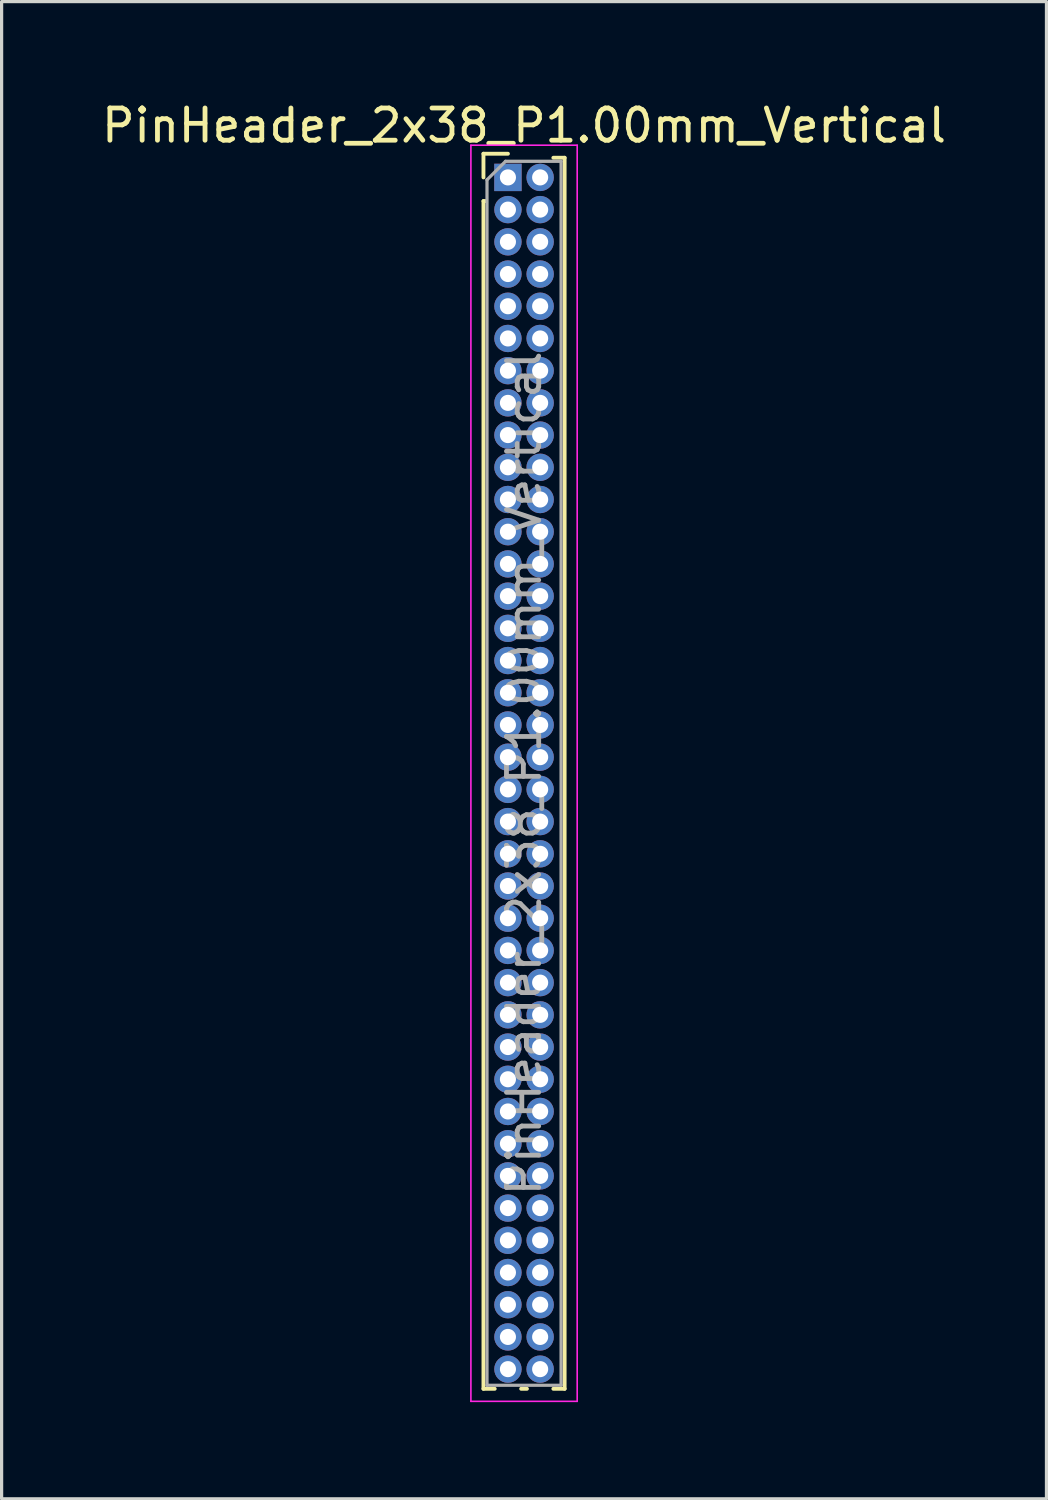
<source format=kicad_pcb>
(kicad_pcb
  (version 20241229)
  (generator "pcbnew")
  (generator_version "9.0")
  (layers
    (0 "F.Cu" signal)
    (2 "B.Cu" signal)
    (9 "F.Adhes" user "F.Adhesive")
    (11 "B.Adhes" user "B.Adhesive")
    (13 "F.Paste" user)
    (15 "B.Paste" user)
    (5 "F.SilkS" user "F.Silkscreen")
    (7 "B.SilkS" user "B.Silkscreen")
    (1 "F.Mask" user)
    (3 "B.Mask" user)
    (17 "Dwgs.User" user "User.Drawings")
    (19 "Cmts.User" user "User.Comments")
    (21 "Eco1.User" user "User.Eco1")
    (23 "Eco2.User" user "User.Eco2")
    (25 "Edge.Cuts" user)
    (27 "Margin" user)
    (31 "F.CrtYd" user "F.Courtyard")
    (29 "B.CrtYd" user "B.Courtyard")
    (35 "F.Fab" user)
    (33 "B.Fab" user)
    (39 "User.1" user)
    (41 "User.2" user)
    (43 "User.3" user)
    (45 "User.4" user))
  (footprint "PinHeader_2x38_P1.00mm_Vertical"
    (layer "F.Cu")
    (at 12.72 2.458)
    (property "Reference" "PinHeader_2x38_P1.00mm_Vertical" (at 0.5 -1.61 0) (layer "F.SilkS") (effects (font (size 1 1) (thickness 0.15))))
    (attr through_hole)
    (fp_line (start -0.76 -0.735) (end 0 -0.735) (stroke (width 0.12) (type solid)) (layer "F.SilkS"))
    (fp_line (start -0.76 0) (end -0.76 -0.735) (stroke (width 0.12) (type solid)) (layer "F.SilkS"))
    (fp_line (start -0.76 0.735) (end -0.76 37.61) (stroke (width 0.12) (type solid)) (layer "F.SilkS"))
    (fp_line (start -0.76 0.735) (end -0.686 0.735) (stroke (width 0.12) (type solid)) (layer "F.SilkS"))
    (fp_line (start -0.76 37.61) (end -0.41 37.61) (stroke (width 0.12) (type solid)) (layer "F.SilkS"))
    (fp_line (start 0.41 37.61) (end 0.59 37.61) (stroke (width 0.12) (type solid)) (layer "F.SilkS"))
    (fp_line (start 1.41 -0.61) (end 1.76 -0.61) (stroke (width 0.12) (type solid)) (layer "F.SilkS"))
    (fp_line (start 1.41 37.61) (end 1.76 37.61) (stroke (width 0.12) (type solid)) (layer "F.SilkS"))
    (fp_line (start 1.76 -0.61) (end 1.76 37.61) (stroke (width 0.12) (type solid)) (layer "F.SilkS"))
    (fp_line (start -1.15 -1) (end -1.15 38) (stroke (width 0.05) (type solid)) (layer "F.CrtYd"))
    (fp_line (start -1.15 38) (end 2.15 38) (stroke (width 0.05) (type solid)) (layer "F.CrtYd"))
    (fp_line (start 2.15 -1) (end -1.15 -1) (stroke (width 0.05) (type solid)) (layer "F.CrtYd"))
    (fp_line (start 2.15 38) (end 2.15 -1) (stroke (width 0.05) (type solid)) (layer "F.CrtYd"))
    (fp_line (start -0.65 0.075) (end -0.075 -0.5) (stroke (width 0.1) (type solid)) (layer "F.Fab"))
    (fp_line (start -0.65 37.5) (end -0.65 0.075) (stroke (width 0.1) (type solid)) (layer "F.Fab"))
    (fp_line (start -0.075 -0.5) (end 1.65 -0.5) (stroke (width 0.1) (type solid)) (layer "F.Fab"))
    (fp_line (start 1.65 -0.5) (end 1.65 37.5) (stroke (width 0.1) (type solid)) (layer "F.Fab"))
    (fp_line (start 1.65 37.5) (end -0.65 37.5) (stroke (width 0.1) (type solid)) (layer "F.Fab"))
    (fp_text user "${REFERENCE}" (at 0.5 18.5 90) (layer "F.Fab") (effects (font (size 1 1) (thickness 0.15))))
    (pad "1" thru_hole rect (at 0 0) (size 0.85 0.85) (drill 0.5) (layers "*.Cu" "*.Mask"))
    (pad "2" thru_hole circle (at 1 0) (size 0.85 0.85) (drill 0.5) (layers "*.Cu" "*.Mask"))
    (pad "3" thru_hole circle (at 0 1) (size 0.85 0.85) (drill 0.5) (layers "*.Cu" "*.Mask"))
    (pad "4" thru_hole circle (at 1 1) (size 0.85 0.85) (drill 0.5) (layers "*.Cu" "*.Mask"))
    (pad "5" thru_hole circle (at 0 2) (size 0.85 0.85) (drill 0.5) (layers "*.Cu" "*.Mask"))
    (pad "6" thru_hole circle (at 1 2) (size 0.85 0.85) (drill 0.5) (layers "*.Cu" "*.Mask"))
    (pad "7" thru_hole circle (at 0 3) (size 0.85 0.85) (drill 0.5) (layers "*.Cu" "*.Mask"))
    (pad "8" thru_hole circle (at 1 3) (size 0.85 0.85) (drill 0.5) (layers "*.Cu" "*.Mask"))
    (pad "9" thru_hole circle (at 0 4) (size 0.85 0.85) (drill 0.5) (layers "*.Cu" "*.Mask"))
    (pad "10" thru_hole circle (at 1 4) (size 0.85 0.85) (drill 0.5) (layers "*.Cu" "*.Mask"))
    (pad "11" thru_hole circle (at 0 5) (size 0.85 0.85) (drill 0.5) (layers "*.Cu" "*.Mask"))
    (pad "12" thru_hole circle (at 1 5) (size 0.85 0.85) (drill 0.5) (layers "*.Cu" "*.Mask"))
    (pad "13" thru_hole circle (at 0 6) (size 0.85 0.85) (drill 0.5) (layers "*.Cu" "*.Mask"))
    (pad "14" thru_hole circle (at 1 6) (size 0.85 0.85) (drill 0.5) (layers "*.Cu" "*.Mask"))
    (pad "15" thru_hole circle (at 0 7) (size 0.85 0.85) (drill 0.5) (layers "*.Cu" "*.Mask"))
    (pad "16" thru_hole circle (at 1 7) (size 0.85 0.85) (drill 0.5) (layers "*.Cu" "*.Mask"))
    (pad "17" thru_hole circle (at 0 8) (size 0.85 0.85) (drill 0.5) (layers "*.Cu" "*.Mask"))
    (pad "18" thru_hole circle (at 1 8) (size 0.85 0.85) (drill 0.5) (layers "*.Cu" "*.Mask"))
    (pad "19" thru_hole circle (at 0 9) (size 0.85 0.85) (drill 0.5) (layers "*.Cu" "*.Mask"))
    (pad "20" thru_hole circle (at 1 9) (size 0.85 0.85) (drill 0.5) (layers "*.Cu" "*.Mask"))
    (pad "21" thru_hole circle (at 0 10) (size 0.85 0.85) (drill 0.5) (layers "*.Cu" "*.Mask"))
    (pad "22" thru_hole circle (at 1 10) (size 0.85 0.85) (drill 0.5) (layers "*.Cu" "*.Mask"))
    (pad "23" thru_hole circle (at 0 11) (size 0.85 0.85) (drill 0.5) (layers "*.Cu" "*.Mask"))
    (pad "24" thru_hole circle (at 1 11) (size 0.85 0.85) (drill 0.5) (layers "*.Cu" "*.Mask"))
    (pad "25" thru_hole circle (at 0 12) (size 0.85 0.85) (drill 0.5) (layers "*.Cu" "*.Mask"))
    (pad "26" thru_hole circle (at 1 12) (size 0.85 0.85) (drill 0.5) (layers "*.Cu" "*.Mask"))
    (pad "27" thru_hole circle (at 0 13) (size 0.85 0.85) (drill 0.5) (layers "*.Cu" "*.Mask"))
    (pad "28" thru_hole circle (at 1 13) (size 0.85 0.85) (drill 0.5) (layers "*.Cu" "*.Mask"))
    (pad "29" thru_hole circle (at 0 14) (size 0.85 0.85) (drill 0.5) (layers "*.Cu" "*.Mask"))
    (pad "30" thru_hole circle (at 1 14) (size 0.85 0.85) (drill 0.5) (layers "*.Cu" "*.Mask"))
    (pad "31" thru_hole circle (at 0 15) (size 0.85 0.85) (drill 0.5) (layers "*.Cu" "*.Mask"))
    (pad "32" thru_hole circle (at 1 15) (size 0.85 0.85) (drill 0.5) (layers "*.Cu" "*.Mask"))
    (pad "33" thru_hole circle (at 0 16) (size 0.85 0.85) (drill 0.5) (layers "*.Cu" "*.Mask"))
    (pad "34" thru_hole circle (at 1 16) (size 0.85 0.85) (drill 0.5) (layers "*.Cu" "*.Mask"))
    (pad "35" thru_hole circle (at 0 17) (size 0.85 0.85) (drill 0.5) (layers "*.Cu" "*.Mask"))
    (pad "36" thru_hole circle (at 1 17) (size 0.85 0.85) (drill 0.5) (layers "*.Cu" "*.Mask"))
    (pad "37" thru_hole circle (at 0 18) (size 0.85 0.85) (drill 0.5) (layers "*.Cu" "*.Mask"))
    (pad "38" thru_hole circle (at 1 18) (size 0.85 0.85) (drill 0.5) (layers "*.Cu" "*.Mask"))
    (pad "39" thru_hole circle (at 0 19) (size 0.85 0.85) (drill 0.5) (layers "*.Cu" "*.Mask"))
    (pad "40" thru_hole circle (at 1 19) (size 0.85 0.85) (drill 0.5) (layers "*.Cu" "*.Mask"))
    (pad "41" thru_hole circle (at 0 20) (size 0.85 0.85) (drill 0.5) (layers "*.Cu" "*.Mask"))
    (pad "42" thru_hole circle (at 1 20) (size 0.85 0.85) (drill 0.5) (layers "*.Cu" "*.Mask"))
    (pad "43" thru_hole circle (at 0 21) (size 0.85 0.85) (drill 0.5) (layers "*.Cu" "*.Mask"))
    (pad "44" thru_hole circle (at 1 21) (size 0.85 0.85) (drill 0.5) (layers "*.Cu" "*.Mask"))
    (pad "45" thru_hole circle (at 0 22) (size 0.85 0.85) (drill 0.5) (layers "*.Cu" "*.Mask"))
    (pad "46" thru_hole circle (at 1 22) (size 0.85 0.85) (drill 0.5) (layers "*.Cu" "*.Mask"))
    (pad "47" thru_hole circle (at 0 23) (size 0.85 0.85) (drill 0.5) (layers "*.Cu" "*.Mask"))
    (pad "48" thru_hole circle (at 1 23) (size 0.85 0.85) (drill 0.5) (layers "*.Cu" "*.Mask"))
    (pad "49" thru_hole circle (at 0 24) (size 0.85 0.85) (drill 0.5) (layers "*.Cu" "*.Mask"))
    (pad "50" thru_hole circle (at 1 24) (size 0.85 0.85) (drill 0.5) (layers "*.Cu" "*.Mask"))
    (pad "51" thru_hole circle (at 0 25) (size 0.85 0.85) (drill 0.5) (layers "*.Cu" "*.Mask"))
    (pad "52" thru_hole circle (at 1 25) (size 0.85 0.85) (drill 0.5) (layers "*.Cu" "*.Mask"))
    (pad "53" thru_hole circle (at 0 26) (size 0.85 0.85) (drill 0.5) (layers "*.Cu" "*.Mask"))
    (pad "54" thru_hole circle (at 1 26) (size 0.85 0.85) (drill 0.5) (layers "*.Cu" "*.Mask"))
    (pad "55" thru_hole circle (at 0 27) (size 0.85 0.85) (drill 0.5) (layers "*.Cu" "*.Mask"))
    (pad "56" thru_hole circle (at 1 27) (size 0.85 0.85) (drill 0.5) (layers "*.Cu" "*.Mask"))
    (pad "57" thru_hole circle (at 0 28) (size 0.85 0.85) (drill 0.5) (layers "*.Cu" "*.Mask"))
    (pad "58" thru_hole circle (at 1 28) (size 0.85 0.85) (drill 0.5) (layers "*.Cu" "*.Mask"))
    (pad "59" thru_hole circle (at 0 29) (size 0.85 0.85) (drill 0.5) (layers "*.Cu" "*.Mask"))
    (pad "60" thru_hole circle (at 1 29) (size 0.85 0.85) (drill 0.5) (layers "*.Cu" "*.Mask"))
    (pad "61" thru_hole circle (at 0 30) (size 0.85 0.85) (drill 0.5) (layers "*.Cu" "*.Mask"))
    (pad "62" thru_hole circle (at 1 30) (size 0.85 0.85) (drill 0.5) (layers "*.Cu" "*.Mask"))
    (pad "63" thru_hole circle (at 0 31) (size 0.85 0.85) (drill 0.5) (layers "*.Cu" "*.Mask"))
    (pad "64" thru_hole circle (at 1 31) (size 0.85 0.85) (drill 0.5) (layers "*.Cu" "*.Mask"))
    (pad "65" thru_hole circle (at 0 32) (size 0.85 0.85) (drill 0.5) (layers "*.Cu" "*.Mask"))
    (pad "66" thru_hole circle (at 1 32) (size 0.85 0.85) (drill 0.5) (layers "*.Cu" "*.Mask"))
    (pad "67" thru_hole circle (at 0 33) (size 0.85 0.85) (drill 0.5) (layers "*.Cu" "*.Mask"))
    (pad "68" thru_hole circle (at 1 33) (size 0.85 0.85) (drill 0.5) (layers "*.Cu" "*.Mask"))
    (pad "69" thru_hole circle (at 0 34) (size 0.85 0.85) (drill 0.5) (layers "*.Cu" "*.Mask"))
    (pad "70" thru_hole circle (at 1 34) (size 0.85 0.85) (drill 0.5) (layers "*.Cu" "*.Mask"))
    (pad "71" thru_hole circle (at 0 35) (size 0.85 0.85) (drill 0.5) (layers "*.Cu" "*.Mask"))
    (pad "72" thru_hole circle (at 1 35) (size 0.85 0.85) (drill 0.5) (layers "*.Cu" "*.Mask"))
    (pad "73" thru_hole circle (at 0 36) (size 0.85 0.85) (drill 0.5) (layers "*.Cu" "*.Mask"))
    (pad "74" thru_hole circle (at 1 36) (size 0.85 0.85) (drill 0.5) (layers "*.Cu" "*.Mask"))
    (pad "75" thru_hole circle (at 0 37) (size 0.85 0.85) (drill 0.5) (layers "*.Cu" "*.Mask"))
    (pad "76" thru_hole circle (at 1 37) (size 0.85 0.85) (drill 0.5) (layers "*.Cu" "*.Mask")))
  (gr_rect
    (start -3 -3)
    (end 29.44 43.483)
    (stroke (width 0.1) (type default))
    (fill no)
    (layer "Edge.Cuts")))
</source>
